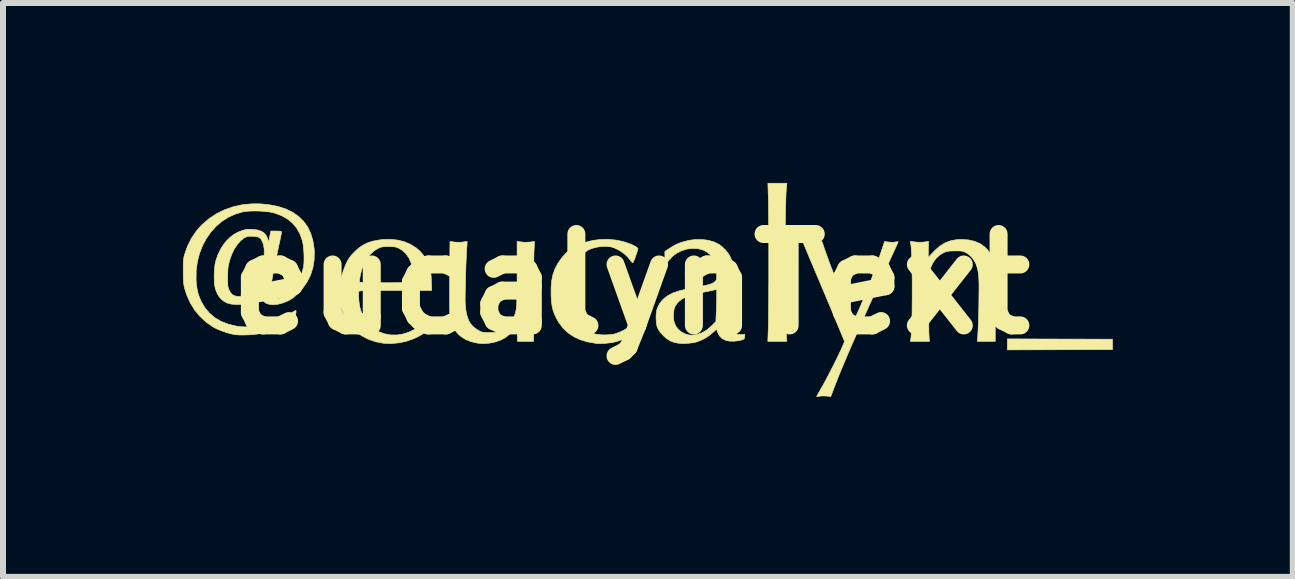
<source format=kicad_pcb>
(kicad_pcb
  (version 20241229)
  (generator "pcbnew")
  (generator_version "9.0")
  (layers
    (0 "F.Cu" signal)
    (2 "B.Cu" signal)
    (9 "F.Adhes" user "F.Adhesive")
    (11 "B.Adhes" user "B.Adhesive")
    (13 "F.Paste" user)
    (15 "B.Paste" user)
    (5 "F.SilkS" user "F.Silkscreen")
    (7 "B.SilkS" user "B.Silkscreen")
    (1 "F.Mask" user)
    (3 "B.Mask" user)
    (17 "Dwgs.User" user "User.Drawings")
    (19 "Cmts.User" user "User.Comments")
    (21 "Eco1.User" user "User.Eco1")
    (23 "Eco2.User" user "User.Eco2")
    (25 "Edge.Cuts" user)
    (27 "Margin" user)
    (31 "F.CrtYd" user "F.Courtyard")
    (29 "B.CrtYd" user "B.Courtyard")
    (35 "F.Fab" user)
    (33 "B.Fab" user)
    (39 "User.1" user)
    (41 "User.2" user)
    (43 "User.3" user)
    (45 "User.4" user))
  (footprint "eucalynText"
    (layer "F.Cu")
    (at 7.466 1.686)
    (property "Reference" "eucalynText" (at 0 0 0) (layer "F.SilkS") (effects (font (size 1.524 1.524) (thickness 0.3))))
    (attr through_hole)
    (fp_poly (pts (xy 7.155 0.917) (xy 8.031 0.919) (xy 8.031 1.092) (xy 6.279 1.097) (xy 6.279 0.914) (xy 7.155 0.917)) (stroke (width 0.01) (type solid)) (fill yes) (layer "F.SilkS"))
    (fp_poly (pts (xy 2.597 -1.621) (xy 2.592 -1.566) (xy 2.588 -1.493) (xy 2.585 -1.404) (xy 2.582 -1.3) (xy 2.579 -1.184) (xy 2.577 -1.057) (xy 2.575 -0.92) (xy 2.574 -0.777) (xy 2.573 -0.628) (xy 2.573 -0.477) (xy 2.573 -0.324) (xy 2.573 -0.171) (xy 2.574 -0.021) (xy 2.575 0.125) (xy 2.576 0.265) (xy 2.578 0.397) (xy 2.581 0.518) (xy 2.584 0.628) (xy 2.587 0.724) (xy 2.591 0.805) (xy 2.595 0.868) (xy 2.597 0.892) (xy 2.603 0.955) (xy 2.285 0.955) (xy 2.293 0.739) (xy 2.295 0.688) (xy 2.296 0.618) (xy 2.297 0.532) (xy 2.298 0.432) (xy 2.299 0.319) (xy 2.3 0.197) (xy 2.3 0.066) (xy 2.301 -0.071) (xy 2.301 -0.212) (xy 2.301 -0.356) (xy 2.301 -0.499) (xy 2.301 -0.641) (xy 2.3 -0.778) (xy 2.3 -0.91) (xy 2.299 -1.033) (xy 2.298 -1.147) (xy 2.297 -1.249) (xy 2.296 -1.336) (xy 2.295 -1.408) (xy 2.293 -1.461) (xy 2.293 -1.463) (xy 2.286 -1.681) (xy 2.603 -1.681) (xy 2.597 -1.621)) (stroke (width 0.01) (type solid)) (fill yes) (layer "F.SilkS"))
    (fp_poly (pts (xy -0.25 -0.734) (xy -0.137 -0.711) (xy -0.077 -0.693) (xy -0.019 -0.672) (xy 0.032 -0.651) (xy 0.074 -0.629) (xy 0.104 -0.61) (xy 0.119 -0.593) (xy 0.12 -0.586) (xy 0.103 -0.53) (xy 0.085 -0.477) (xy 0.068 -0.429) (xy 0.053 -0.391) (xy 0.041 -0.365) (xy 0.034 -0.356) (xy 0.034 -0.356) (xy 0.021 -0.363) (xy 0.003 -0.383) (xy -0.009 -0.4) (xy -0.061 -0.462) (xy -0.126 -0.519) (xy -0.2 -0.567) (xy -0.275 -0.603) (xy -0.325 -0.619) (xy -0.398 -0.628) (xy -0.479 -0.627) (xy -0.562 -0.616) (xy -0.641 -0.596) (xy -0.709 -0.569) (xy -0.72 -0.562) (xy -0.798 -0.506) (xy -0.866 -0.433) (xy -0.923 -0.347) (xy -0.966 -0.25) (xy -0.986 -0.186) (xy -1.006 -0.081) (xy -1.018 0.034) (xy -1.021 0.153) (xy -1.014 0.27) (xy -0.999 0.378) (xy -0.989 0.422) (xy -0.953 0.527) (xy -0.903 0.619) (xy -0.838 0.697) (xy -0.761 0.76) (xy -0.672 0.807) (xy -0.589 0.834) (xy -0.536 0.843) (xy -0.472 0.847) (xy -0.404 0.847) (xy -0.338 0.843) (xy -0.282 0.835) (xy -0.26 0.829) (xy -0.17 0.796) (xy -0.079 0.749) (xy 0.004 0.695) (xy 0.065 0.646) (xy 0.089 0.626) (xy 0.107 0.612) (xy 0.113 0.61) (xy 0.116 0.619) (xy 0.117 0.643) (xy 0.117 0.675) (xy 0.115 0.712) (xy 0.112 0.746) (xy 0.108 0.772) (xy 0.106 0.78) (xy 0.095 0.793) (xy 0.069 0.813) (xy 0.033 0.837) (xy -0.01 0.862) (xy -0.055 0.887) (xy -0.099 0.908) (xy -0.112 0.914) (xy -0.162 0.933) (xy -0.22 0.952) (xy -0.269 0.966) (xy -0.322 0.976) (xy -0.385 0.984) (xy -0.451 0.99) (xy -0.513 0.992) (xy -0.565 0.991) (xy -0.579 0.989) (xy -0.719 0.964) (xy -0.843 0.927) (xy -0.952 0.876) (xy -1.048 0.811) (xy -1.131 0.732) (xy -1.201 0.638) (xy -1.243 0.563) (xy -1.273 0.499) (xy -1.295 0.438) (xy -1.31 0.374) (xy -1.321 0.303) (xy -1.327 0.218) (xy -1.328 0.182) (xy -1.328 0.054) (xy -1.318 -0.058) (xy -1.297 -0.16) (xy -1.263 -0.253) (xy -1.216 -0.343) (xy -1.155 -0.432) (xy -1.139 -0.452) (xy -1.064 -0.531) (xy -0.973 -0.598) (xy -0.871 -0.653) (xy -0.757 -0.696) (xy -0.636 -0.727) (xy -0.51 -0.743) (xy -0.38 -0.746) (xy -0.25 -0.734)) (stroke (width 0.01) (type solid)) (fill yes) (layer "F.SilkS"))
    (fp_poly (pts (xy 3.189 -0.702) (xy 3.199 -0.678) (xy 3.211 -0.642) (xy 3.221 -0.612) (xy 3.25 -0.528) (xy 3.286 -0.428) (xy 3.327 -0.316) (xy 3.374 -0.195) (xy 3.424 -0.066) (xy 3.476 0.065) (xy 3.53 0.197) (xy 3.541 0.224) (xy 3.573 0.3) (xy 3.603 0.372) (xy 3.63 0.438) (xy 3.653 0.494) (xy 3.671 0.538) (xy 3.682 0.567) (xy 3.686 0.577) (xy 3.697 0.602) (xy 3.707 0.618) (xy 3.709 0.62) (xy 3.716 0.611) (xy 3.73 0.585) (xy 3.749 0.546) (xy 3.773 0.495) (xy 3.8 0.435) (xy 3.829 0.368) (xy 3.86 0.296) (xy 3.891 0.222) (xy 3.919 0.152) (xy 3.999 -0.05) (xy 4.075 -0.254) (xy 4.145 -0.452) (xy 4.176 -0.544) (xy 4.194 -0.597) (xy 4.209 -0.644) (xy 4.221 -0.68) (xy 4.229 -0.703) (xy 4.231 -0.709) (xy 4.241 -0.708) (xy 4.266 -0.705) (xy 4.291 -0.701) (xy 4.368 -0.696) (xy 4.402 -0.7) (xy 4.432 -0.705) (xy 4.453 -0.707) (xy 4.458 -0.706) (xy 4.455 -0.697) (xy 4.444 -0.671) (xy 4.426 -0.631) (xy 4.403 -0.58) (xy 4.375 -0.519) (xy 4.344 -0.451) (xy 4.328 -0.415) (xy 4.228 -0.2) (xy 4.131 0.012) (xy 4.037 0.22) (xy 3.946 0.423) (xy 3.858 0.619) (xy 3.776 0.806) (xy 3.698 0.984) (xy 3.626 1.151) (xy 3.561 1.305) (xy 3.502 1.446) (xy 3.451 1.571) (xy 3.408 1.68) (xy 3.398 1.707) (xy 3.334 1.875) (xy 3.3 1.87) (xy 3.253 1.866) (xy 3.201 1.865) (xy 3.154 1.868) (xy 3.132 1.872) (xy 3.11 1.876) (xy 3.099 1.875) (xy 3.099 1.875) (xy 3.104 1.865) (xy 3.117 1.841) (xy 3.137 1.804) (xy 3.163 1.759) (xy 3.191 1.71) (xy 3.225 1.65) (xy 3.264 1.577) (xy 3.306 1.497) (xy 3.35 1.411) (xy 3.394 1.324) (xy 3.436 1.24) (xy 3.474 1.162) (xy 3.506 1.093) (xy 3.53 1.039) (xy 3.534 1.03) (xy 3.564 0.957) (xy 3.439 0.654) (xy 3.41 0.584) (xy 3.374 0.498) (xy 3.333 0.4) (xy 3.288 0.293) (xy 3.241 0.18) (xy 3.192 0.065) (xy 3.144 -0.05) (xy 3.097 -0.161) (xy 3.09 -0.177) (xy 3.048 -0.275) (xy 3.01 -0.366) (xy 2.974 -0.451) (xy 2.943 -0.526) (xy 2.916 -0.591) (xy 2.894 -0.643) (xy 2.879 -0.681) (xy 2.87 -0.703) (xy 2.869 -0.708) (xy 2.88 -0.708) (xy 2.906 -0.706) (xy 2.941 -0.702) (xy 2.95 -0.701) (xy 3.034 -0.695) (xy 3.105 -0.701) (xy 3.142 -0.706) (xy 3.17 -0.709) (xy 3.184 -0.711) (xy 3.185 -0.711) (xy 3.189 -0.702)) (stroke (width 0.01) (type solid)) (fill yes) (layer "F.SilkS"))
    (fp_poly (pts (xy 5.633 -0.736) (xy 5.736 -0.712) (xy 5.827 -0.672) (xy 5.905 -0.616) (xy 5.97 -0.546) (xy 6.021 -0.46) (xy 6.059 -0.359) (xy 6.062 -0.345) (xy 6.066 -0.33) (xy 6.069 -0.314) (xy 6.072 -0.296) (xy 6.075 -0.273) (xy 6.076 -0.246) (xy 6.078 -0.212) (xy 6.079 -0.169) (xy 6.08 -0.117) (xy 6.08 -0.054) (xy 6.08 0.022) (xy 6.08 0.111) (xy 6.08 0.216) (xy 6.079 0.338) (xy 6.078 0.479) (xy 6.078 0.526) (xy 6.076 0.955) (xy 5.778 0.955) (xy 5.785 0.871) (xy 5.788 0.813) (xy 5.792 0.74) (xy 5.795 0.656) (xy 5.798 0.565) (xy 5.801 0.469) (xy 5.803 0.371) (xy 5.804 0.274) (xy 5.805 0.181) (xy 5.806 0.095) (xy 5.806 0.019) (xy 5.805 -0.043) (xy 5.803 -0.089) (xy 5.802 -0.102) (xy 5.796 -0.17) (xy 5.788 -0.224) (xy 5.779 -0.267) (xy 5.767 -0.306) (xy 5.751 -0.345) (xy 5.739 -0.368) (xy 5.694 -0.438) (xy 5.636 -0.494) (xy 5.585 -0.526) (xy 5.561 -0.538) (xy 5.539 -0.546) (xy 5.515 -0.55) (xy 5.483 -0.553) (xy 5.439 -0.553) (xy 5.41 -0.553) (xy 5.353 -0.552) (xy 5.311 -0.55) (xy 5.278 -0.545) (xy 5.249 -0.537) (xy 5.23 -0.53) (xy 5.158 -0.49) (xy 5.095 -0.434) (xy 5.042 -0.362) (xy 5.001 -0.277) (xy 4.973 -0.179) (xy 4.972 -0.174) (xy 4.968 -0.151) (xy 4.965 -0.127) (xy 4.963 -0.099) (xy 4.961 -0.066) (xy 4.96 -0.025) (xy 4.959 0.026) (xy 4.959 0.089) (xy 4.96 0.166) (xy 4.961 0.259) (xy 4.962 0.37) (xy 4.962 0.375) (xy 4.964 0.472) (xy 4.965 0.565) (xy 4.967 0.652) (xy 4.969 0.729) (xy 4.97 0.795) (xy 4.972 0.846) (xy 4.974 0.882) (xy 4.974 0.897) (xy 4.98 0.955) (xy 4.661 0.955) (xy 4.668 0.921) (xy 4.673 0.881) (xy 4.678 0.824) (xy 4.682 0.75) (xy 4.685 0.663) (xy 4.688 0.565) (xy 4.69 0.458) (xy 4.691 0.344) (xy 4.692 0.226) (xy 4.692 0.107) (xy 4.692 -0.013) (xy 4.691 -0.13) (xy 4.689 -0.242) (xy 4.687 -0.347) (xy 4.684 -0.443) (xy 4.68 -0.527) (xy 4.676 -0.597) (xy 4.671 -0.651) (xy 4.667 -0.678) (xy 4.661 -0.712) (xy 4.721 -0.704) (xy 4.796 -0.697) (xy 4.863 -0.698) (xy 4.913 -0.704) (xy 4.965 -0.711) (xy 4.961 -0.572) (xy 4.96 -0.516) (xy 4.959 -0.479) (xy 4.96 -0.456) (xy 4.963 -0.447) (xy 4.967 -0.447) (xy 4.973 -0.455) (xy 4.975 -0.457) (xy 4.989 -0.475) (xy 5.014 -0.502) (xy 5.046 -0.535) (xy 5.075 -0.565) (xy 5.156 -0.635) (xy 5.24 -0.687) (xy 5.329 -0.721) (xy 5.428 -0.74) (xy 5.517 -0.744) (xy 5.633 -0.736)) (stroke (width 0.01) (type solid)) (fill yes) (layer "F.SilkS"))
    (fp_poly (pts (xy -1.844 -0.704) (xy -1.764 -0.696) (xy -1.684 -0.7) (xy -1.659 -0.703) (xy -1.605 -0.71) (xy -1.613 -0.551) (xy -1.614 -0.512) (xy -1.615 -0.456) (xy -1.617 -0.384) (xy -1.618 -0.298) (xy -1.619 -0.2) (xy -1.619 -0.094) (xy -1.62 0.019) (xy -1.62 0.137) (xy -1.621 0.257) (xy -1.621 0.282) (xy -1.621 0.955) (xy -1.755 0.955) (xy -1.889 0.955) (xy -1.892 0.815) (xy -1.893 0.76) (xy -1.894 0.722) (xy -1.896 0.7) (xy -1.899 0.691) (xy -1.903 0.693) (xy -1.909 0.702) (xy -1.912 0.707) (xy -1.939 0.746) (xy -1.977 0.79) (xy -2.021 0.835) (xy -2.067 0.874) (xy -2.097 0.896) (xy -2.176 0.937) (xy -2.267 0.967) (xy -2.365 0.986) (xy -2.464 0.992) (xy -2.555 0.985) (xy -2.663 0.96) (xy -2.756 0.922) (xy -2.837 0.869) (xy -2.876 0.834) (xy -2.929 0.772) (xy -2.969 0.705) (xy -2.999 0.626) (xy -3.004 0.609) (xy -3.007 0.594) (xy -3.011 0.578) (xy -3.013 0.559) (xy -3.015 0.535) (xy -3.017 0.504) (xy -3.018 0.466) (xy -3.019 0.418) (xy -3.02 0.358) (xy -3.02 0.286) (xy -3.02 0.198) (xy -3.02 0.095) (xy -3.019 -0.027) (xy -3.019 -0.081) (xy -3.018 -0.192) (xy -3.017 -0.296) (xy -3.017 -0.393) (xy -3.016 -0.48) (xy -3.016 -0.555) (xy -3.015 -0.618) (xy -3.014 -0.665) (xy -3.014 -0.696) (xy -3.014 -0.708) (xy -3.014 -0.708) (xy -3.003 -0.708) (xy -2.978 -0.705) (xy -2.944 -0.701) (xy -2.941 -0.7) (xy -2.848 -0.696) (xy -2.8 -0.701) (xy -2.765 -0.706) (xy -2.739 -0.709) (xy -2.728 -0.709) (xy -2.728 -0.709) (xy -2.728 -0.698) (xy -2.729 -0.672) (xy -2.731 -0.634) (xy -2.734 -0.605) (xy -2.737 -0.551) (xy -2.741 -0.484) (xy -2.744 -0.405) (xy -2.748 -0.318) (xy -2.751 -0.225) (xy -2.754 -0.13) (xy -2.756 -0.036) (xy -2.758 0.054) (xy -2.76 0.138) (xy -2.761 0.211) (xy -2.761 0.272) (xy -2.76 0.317) (xy -2.759 0.33) (xy -2.749 0.437) (xy -2.731 0.526) (xy -2.705 0.601) (xy -2.669 0.663) (xy -2.622 0.715) (xy -2.563 0.759) (xy -2.528 0.779) (xy -2.504 0.791) (xy -2.483 0.799) (xy -2.459 0.804) (xy -2.428 0.807) (xy -2.385 0.808) (xy -2.347 0.808) (xy -2.292 0.807) (xy -2.253 0.806) (xy -2.224 0.802) (xy -2.199 0.796) (xy -2.175 0.786) (xy -2.162 0.78) (xy -2.088 0.736) (xy -2.025 0.676) (xy -1.975 0.605) (xy -1.962 0.58) (xy -1.948 0.55) (xy -1.937 0.521) (xy -1.927 0.494) (xy -1.919 0.464) (xy -1.912 0.432) (xy -1.907 0.394) (xy -1.903 0.349) (xy -1.9 0.294) (xy -1.898 0.229) (xy -1.897 0.151) (xy -1.896 0.059) (xy -1.895 -0.051) (xy -1.895 -0.175) (xy -1.895 -0.711) (xy -1.844 -0.704)) (stroke (width 0.01) (type solid)) (fill yes) (layer "F.SilkS"))
    (fp_poly (pts (xy -3.89 -0.734) (xy -3.775 -0.706) (xy -3.67 -0.661) (xy -3.575 -0.601) (xy -3.514 -0.548) (xy -3.441 -0.462) (xy -3.385 -0.364) (xy -3.352 -0.279) (xy -3.343 -0.244) (xy -3.336 -0.207) (xy -3.331 -0.163) (xy -3.327 -0.107) (xy -3.325 -0.051) (xy -3.32 0.107) (xy -3.921 0.107) (xy -4.048 0.107) (xy -4.156 0.107) (xy -4.248 0.107) (xy -4.323 0.108) (xy -4.384 0.109) (xy -4.431 0.11) (xy -4.468 0.111) (xy -4.495 0.113) (xy -4.513 0.115) (xy -4.525 0.117) (xy -4.531 0.12) (xy -4.532 0.122) (xy -4.537 0.141) (xy -4.538 0.175) (xy -4.537 0.22) (xy -4.533 0.271) (xy -4.527 0.325) (xy -4.519 0.375) (xy -4.51 0.414) (xy -4.475 0.516) (xy -4.424 0.606) (xy -4.359 0.683) (xy -4.283 0.747) (xy -4.197 0.796) (xy -4.103 0.83) (xy -4.003 0.848) (xy -3.899 0.849) (xy -3.793 0.832) (xy -3.701 0.802) (xy -3.631 0.769) (xy -3.559 0.728) (xy -3.492 0.682) (xy -3.451 0.646) (xy -3.427 0.626) (xy -3.408 0.612) (xy -3.401 0.61) (xy -3.396 0.619) (xy -3.394 0.642) (xy -3.396 0.675) (xy -3.4 0.712) (xy -3.406 0.748) (xy -3.414 0.778) (xy -3.422 0.795) (xy -3.422 0.796) (xy -3.445 0.815) (xy -3.483 0.84) (xy -3.53 0.867) (xy -3.583 0.894) (xy -3.63 0.915) (xy -3.741 0.953) (xy -3.86 0.979) (xy -3.982 0.991) (xy -4.099 0.989) (xy -4.126 0.986) (xy -4.259 0.96) (xy -4.381 0.917) (xy -4.491 0.859) (xy -4.589 0.786) (xy -4.672 0.697) (xy -4.742 0.595) (xy -4.797 0.479) (xy -4.812 0.437) (xy -4.822 0.407) (xy -4.829 0.38) (xy -4.834 0.355) (xy -4.838 0.325) (xy -4.839 0.289) (xy -4.84 0.241) (xy -4.84 0.179) (xy -4.84 0.147) (xy -4.84 0.076) (xy -4.839 0.021) (xy -4.837 -0.022) (xy -4.836 -0.032) (xy -4.524 -0.032) (xy -4.469 -0.028) (xy -4.435 -0.026) (xy -4.385 -0.025) (xy -4.322 -0.024) (xy -4.248 -0.023) (xy -4.168 -0.023) (xy -4.085 -0.022) (xy -4.001 -0.022) (xy -3.921 -0.023) (xy -3.846 -0.023) (xy -3.782 -0.024) (xy -3.731 -0.025) (xy -3.696 -0.027) (xy -3.69 -0.027) (xy -3.605 -0.034) (xy -3.612 -0.111) (xy -3.629 -0.235) (xy -3.658 -0.342) (xy -3.697 -0.432) (xy -3.748 -0.506) (xy -3.811 -0.564) (xy -3.869 -0.598) (xy -3.897 -0.61) (xy -3.923 -0.618) (xy -3.952 -0.622) (xy -3.99 -0.624) (xy -4.039 -0.625) (xy -4.09 -0.624) (xy -4.127 -0.622) (xy -4.156 -0.617) (xy -4.182 -0.609) (xy -4.209 -0.597) (xy -4.28 -0.553) (xy -4.345 -0.493) (xy -4.402 -0.418) (xy -4.45 -0.331) (xy -4.487 -0.236) (xy -4.512 -0.134) (xy -4.518 -0.089) (xy -4.524 -0.032) (xy -4.836 -0.032) (xy -4.834 -0.058) (xy -4.829 -0.089) (xy -4.822 -0.122) (xy -4.813 -0.157) (xy -4.795 -0.214) (xy -4.771 -0.278) (xy -4.746 -0.337) (xy -4.738 -0.356) (xy -4.712 -0.405) (xy -4.687 -0.444) (xy -4.657 -0.482) (xy -4.618 -0.524) (xy -4.603 -0.539) (xy -4.534 -0.601) (xy -4.463 -0.65) (xy -4.387 -0.688) (xy -4.301 -0.715) (xy -4.203 -0.734) (xy -4.141 -0.742) (xy -4.013 -0.746) (xy -3.89 -0.734)) (stroke (width 0.01) (type solid)) (fill yes) (layer "F.SilkS"))
    (fp_poly (pts (xy 1.292 -0.73) (xy 1.387 -0.703) (xy 1.47 -0.662) (xy 1.475 -0.659) (xy 1.525 -0.621) (xy 1.576 -0.571) (xy 1.62 -0.517) (xy 1.65 -0.469) (xy 1.663 -0.443) (xy 1.674 -0.418) (xy 1.683 -0.393) (xy 1.69 -0.366) (xy 1.695 -0.333) (xy 1.699 -0.295) (xy 1.702 -0.248) (xy 1.704 -0.191) (xy 1.704 -0.123) (xy 1.704 -0.04) (xy 1.703 0.059) (xy 1.702 0.176) (xy 1.701 0.215) (xy 1.699 0.33) (xy 1.698 0.425) (xy 1.697 0.504) (xy 1.697 0.569) (xy 1.697 0.62) (xy 1.698 0.66) (xy 1.699 0.691) (xy 1.701 0.714) (xy 1.704 0.731) (xy 1.707 0.745) (xy 1.711 0.755) (xy 1.732 0.8) (xy 1.757 0.827) (xy 1.791 0.84) (xy 1.837 0.842) (xy 1.839 0.842) (xy 1.901 0.838) (xy 1.898 0.878) (xy 1.895 0.903) (xy 1.886 0.918) (xy 1.866 0.927) (xy 1.849 0.932) (xy 1.815 0.94) (xy 1.771 0.947) (xy 1.727 0.952) (xy 1.645 0.951) (xy 1.575 0.935) (xy 1.518 0.904) (xy 1.475 0.859) (xy 1.447 0.801) (xy 1.431 0.751) (xy 1.383 0.795) (xy 1.296 0.866) (xy 1.204 0.922) (xy 1.11 0.961) (xy 1.081 0.969) (xy 1.028 0.979) (xy 0.964 0.987) (xy 0.898 0.99) (xy 0.837 0.99) (xy 0.788 0.985) (xy 0.786 0.985) (xy 0.712 0.968) (xy 0.651 0.943) (xy 0.596 0.907) (xy 0.543 0.859) (xy 0.494 0.806) (xy 0.459 0.756) (xy 0.437 0.703) (xy 0.426 0.643) (xy 0.422 0.569) (xy 0.422 0.564) (xy 0.423 0.513) (xy 0.713 0.513) (xy 0.713 0.567) (xy 0.719 0.616) (xy 0.721 0.625) (xy 0.746 0.692) (xy 0.788 0.751) (xy 0.845 0.799) (xy 0.914 0.833) (xy 0.918 0.835) (xy 0.973 0.849) (xy 1.028 0.852) (xy 1.09 0.844) (xy 1.099 0.842) (xy 1.184 0.814) (xy 1.266 0.767) (xy 1.344 0.7) (xy 1.347 0.697) (xy 1.419 0.625) (xy 1.426 0.468) (xy 1.428 0.402) (xy 1.43 0.332) (xy 1.432 0.265) (xy 1.433 0.209) (xy 1.433 0.2) (xy 1.433 0.089) (xy 1.405 0.096) (xy 1.386 0.1) (xy 1.351 0.108) (xy 1.304 0.117) (xy 1.249 0.128) (xy 1.203 0.137) (xy 1.094 0.161) (xy 1.003 0.186) (xy 0.927 0.212) (xy 0.866 0.242) (xy 0.817 0.276) (xy 0.777 0.315) (xy 0.745 0.36) (xy 0.735 0.379) (xy 0.724 0.412) (xy 0.716 0.459) (xy 0.713 0.513) (xy 0.423 0.513) (xy 0.424 0.498) (xy 0.43 0.447) (xy 0.44 0.41) (xy 0.478 0.329) (xy 0.534 0.259) (xy 0.607 0.2) (xy 0.697 0.151) (xy 0.804 0.114) (xy 0.895 0.092) (xy 1.003 0.072) (xy 1.093 0.054) (xy 1.167 0.039) (xy 1.227 0.027) (xy 1.274 0.016) (xy 1.311 0.006) (xy 1.339 -0.003) (xy 1.361 -0.012) (xy 1.377 -0.021) (xy 1.391 -0.031) (xy 1.403 -0.041) (xy 1.417 -0.055) (xy 1.425 -0.069) (xy 1.43 -0.088) (xy 1.432 -0.116) (xy 1.432 -0.159) (xy 1.432 -0.164) (xy 1.426 -0.267) (xy 1.405 -0.355) (xy 1.372 -0.429) (xy 1.324 -0.489) (xy 1.316 -0.496) (xy 1.259 -0.541) (xy 1.199 -0.571) (xy 1.128 -0.588) (xy 1.123 -0.589) (xy 1.031 -0.595) (xy 0.938 -0.584) (xy 0.849 -0.557) (xy 0.767 -0.516) (xy 0.696 -0.463) (xy 0.646 -0.409) (xy 0.622 -0.379) (xy 0.6 -0.361) (xy 0.588 -0.356) (xy 0.579 -0.357) (xy 0.573 -0.366) (xy 0.57 -0.384) (xy 0.569 -0.415) (xy 0.569 -0.45) (xy 0.569 -0.544) (xy 0.632 -0.586) (xy 0.684 -0.619) (xy 0.725 -0.644) (xy 0.761 -0.662) (xy 0.798 -0.678) (xy 0.841 -0.694) (xy 0.86 -0.7) (xy 0.969 -0.729) (xy 1.079 -0.743) (xy 1.188 -0.743) (xy 1.292 -0.73)) (stroke (width 0.01) (type solid)) (fill yes) (layer "F.SilkS"))
    (fp_poly (pts (xy -6.182 -1.338) (xy -6.024 -1.322) (xy -5.88 -1.294) (xy -5.751 -1.252) (xy -5.637 -1.197) (xy -5.538 -1.128) (xy -5.455 -1.047) (xy -5.387 -0.953) (xy -5.336 -0.846) (xy -5.3 -0.726) (xy -5.279 -0.594) (xy -5.276 -0.549) (xy -5.278 -0.408) (xy -5.299 -0.276) (xy -5.338 -0.152) (xy -5.396 -0.036) (xy -5.472 0.072) (xy -5.541 0.148) (xy -5.591 0.195) (xy -5.632 0.23) (xy -5.672 0.257) (xy -5.71 0.278) (xy -5.801 0.315) (xy -5.887 0.337) (xy -5.967 0.344) (xy -6.038 0.335) (xy -6.082 0.319) (xy -6.12 0.29) (xy -6.149 0.244) (xy -6.169 0.184) (xy -6.175 0.149) (xy -6.182 0.091) (xy -6.227 0.148) (xy -6.291 0.218) (xy -6.367 0.277) (xy -6.431 0.314) (xy -6.463 0.327) (xy -6.493 0.335) (xy -6.527 0.339) (xy -6.575 0.34) (xy -6.579 0.34) (xy -6.66 0.334) (xy -6.728 0.316) (xy -6.785 0.286) (xy -6.827 0.251) (xy -6.862 0.212) (xy -6.888 0.171) (xy -6.911 0.12) (xy -6.926 0.076) (xy -6.936 0.028) (xy -6.942 -0.035) (xy -6.943 -0.055) (xy -6.72 -0.055) (xy -6.72 -0.01) (xy -6.718 0.023) (xy -6.714 0.048) (xy -6.708 0.069) (xy -6.7 0.09) (xy -6.694 0.103) (xy -6.675 0.137) (xy -6.654 0.166) (xy -6.64 0.179) (xy -6.591 0.2) (xy -6.533 0.208) (xy -6.472 0.203) (xy -6.415 0.185) (xy -6.41 0.182) (xy -6.366 0.151) (xy -6.322 0.104) (xy -6.278 0.042) (xy -6.236 -0.03) (xy -6.199 -0.109) (xy -6.168 -0.192) (xy -6.153 -0.244) (xy -6.126 -0.37) (xy -6.112 -0.482) (xy -6.111 -0.579) (xy -6.124 -0.66) (xy -6.142 -0.709) (xy -6.164 -0.748) (xy -6.19 -0.774) (xy -6.226 -0.789) (xy -6.275 -0.796) (xy -6.314 -0.797) (xy -6.359 -0.797) (xy -6.39 -0.793) (xy -6.416 -0.784) (xy -6.443 -0.77) (xy -6.503 -0.724) (xy -6.559 -0.661) (xy -6.61 -0.584) (xy -6.653 -0.495) (xy -6.688 -0.396) (xy -6.693 -0.378) (xy -6.703 -0.336) (xy -6.711 -0.299) (xy -6.715 -0.261) (xy -6.718 -0.216) (xy -6.72 -0.16) (xy -6.72 -0.117) (xy -6.72 -0.055) (xy -6.943 -0.055) (xy -6.945 -0.107) (xy -6.944 -0.183) (xy -6.939 -0.257) (xy -6.932 -0.325) (xy -6.92 -0.381) (xy -6.882 -0.492) (xy -6.831 -0.595) (xy -6.769 -0.686) (xy -6.739 -0.721) (xy -6.677 -0.782) (xy -6.617 -0.828) (xy -6.552 -0.864) (xy -6.485 -0.89) (xy -6.443 -0.903) (xy -6.408 -0.911) (xy -6.371 -0.914) (xy -6.325 -0.913) (xy -6.309 -0.912) (xy -6.227 -0.903) (xy -6.161 -0.882) (xy -6.111 -0.85) (xy -6.074 -0.804) (xy -6.05 -0.746) (xy -6.05 -0.742) (xy -6.045 -0.722) (xy -6.041 -0.71) (xy -6.037 -0.708) (xy -6.033 -0.719) (xy -6.028 -0.745) (xy -6.02 -0.787) (xy -6.014 -0.82) (xy -6.002 -0.884) (xy -5.912 -0.884) (xy -5.867 -0.883) (xy -5.839 -0.881) (xy -5.825 -0.876) (xy -5.822 -0.87) (xy -5.824 -0.856) (xy -5.829 -0.825) (xy -5.838 -0.782) (xy -5.849 -0.728) (xy -5.862 -0.669) (xy -5.894 -0.517) (xy -5.922 -0.384) (xy -5.946 -0.267) (xy -5.965 -0.167) (xy -5.98 -0.082) (xy -5.992 -0.01) (xy -5.999 0.05) (xy -6.002 0.098) (xy -6.002 0.137) (xy -5.998 0.168) (xy -5.991 0.191) (xy -5.98 0.208) (xy -5.966 0.221) (xy -5.948 0.23) (xy -5.937 0.234) (xy -5.884 0.241) (xy -5.828 0.231) (xy -5.77 0.204) (xy -5.712 0.163) (xy -5.656 0.11) (xy -5.603 0.046) (xy -5.555 -0.026) (xy -5.513 -0.105) (xy -5.481 -0.189) (xy -5.458 -0.276) (xy -5.455 -0.289) (xy -5.449 -0.346) (xy -5.447 -0.416) (xy -5.448 -0.493) (xy -5.453 -0.572) (xy -5.46 -0.645) (xy -5.471 -0.707) (xy -5.475 -0.724) (xy -5.514 -0.834) (xy -5.568 -0.931) (xy -5.637 -1.014) (xy -5.722 -1.084) (xy -5.821 -1.14) (xy -5.936 -1.183) (xy -5.959 -1.189) (xy -6.021 -1.202) (xy -6.097 -1.211) (xy -6.181 -1.217) (xy -6.267 -1.219) (xy -6.349 -1.217) (xy -6.422 -1.211) (xy -6.462 -1.205) (xy -6.588 -1.169) (xy -6.706 -1.116) (xy -6.815 -1.047) (xy -6.914 -0.963) (xy -7.002 -0.865) (xy -7.078 -0.756) (xy -7.141 -0.636) (xy -7.191 -0.507) (xy -7.226 -0.371) (xy -7.245 -0.228) (xy -7.247 -0.081) (xy -7.244 -0.02) (xy -7.232 0.072) (xy -7.215 0.152) (xy -7.19 0.226) (xy -7.162 0.29) (xy -7.1 0.395) (xy -7.024 0.485) (xy -6.934 0.561) (xy -6.83 0.622) (xy -6.713 0.668) (xy -6.581 0.7) (xy -6.492 0.712) (xy -6.343 0.716) (xy -6.193 0.701) (xy -6.043 0.666) (xy -5.894 0.612) (xy -5.748 0.539) (xy -5.646 0.475) (xy -5.616 0.456) (xy -5.593 0.443) (xy -5.582 0.44) (xy -5.582 0.44) (xy -5.58 0.452) (xy -5.582 0.477) (xy -5.584 0.497) (xy -5.589 0.526) (xy -5.597 0.547) (xy -5.613 0.565) (xy -5.641 0.588) (xy -5.648 0.593) (xy -5.771 0.674) (xy -5.909 0.741) (xy -6.06 0.795) (xy -6.192 0.828) (xy -6.248 0.836) (xy -6.315 0.843) (xy -6.39 0.847) (xy -6.464 0.849) (xy -6.533 0.848) (xy -6.589 0.844) (xy -6.604 0.842) (xy -6.668 0.829) (xy -6.742 0.808) (xy -6.819 0.781) (xy -6.891 0.752) (xy -6.951 0.722) (xy -6.962 0.716) (xy -7.077 0.636) (xy -7.18 0.541) (xy -7.27 0.433) (xy -7.345 0.312) (xy -7.403 0.182) (xy -7.434 0.086) (xy -7.443 0.049) (xy -7.45 0.016) (xy -7.455 -0.016) (xy -7.459 -0.053) (xy -7.46 -0.097) (xy -7.461 -0.154) (xy -7.461 -0.213) (xy -7.461 -0.285) (xy -7.461 -0.341) (xy -7.459 -0.384) (xy -7.455 -0.418) (xy -7.45 -0.448) (xy -7.443 -0.477) (xy -7.44 -0.489) (xy -7.39 -0.632) (xy -7.323 -0.765) (xy -7.24 -0.887) (xy -7.154 -0.984) (xy -7.038 -1.085) (xy -6.911 -1.17) (xy -6.774 -1.238) (xy -6.628 -1.289) (xy -6.474 -1.323) (xy -6.314 -1.338) (xy -6.182 -1.338)) (stroke (width 0.01) (type solid)) (fill yes) (layer "F.SilkS")))
  (gr_rect
    (start -3 -3)
    (end 18.503 6.567)
    (stroke (width 0.1) (type default))
    (fill no)
    (layer "Edge.Cuts")))
</source>
